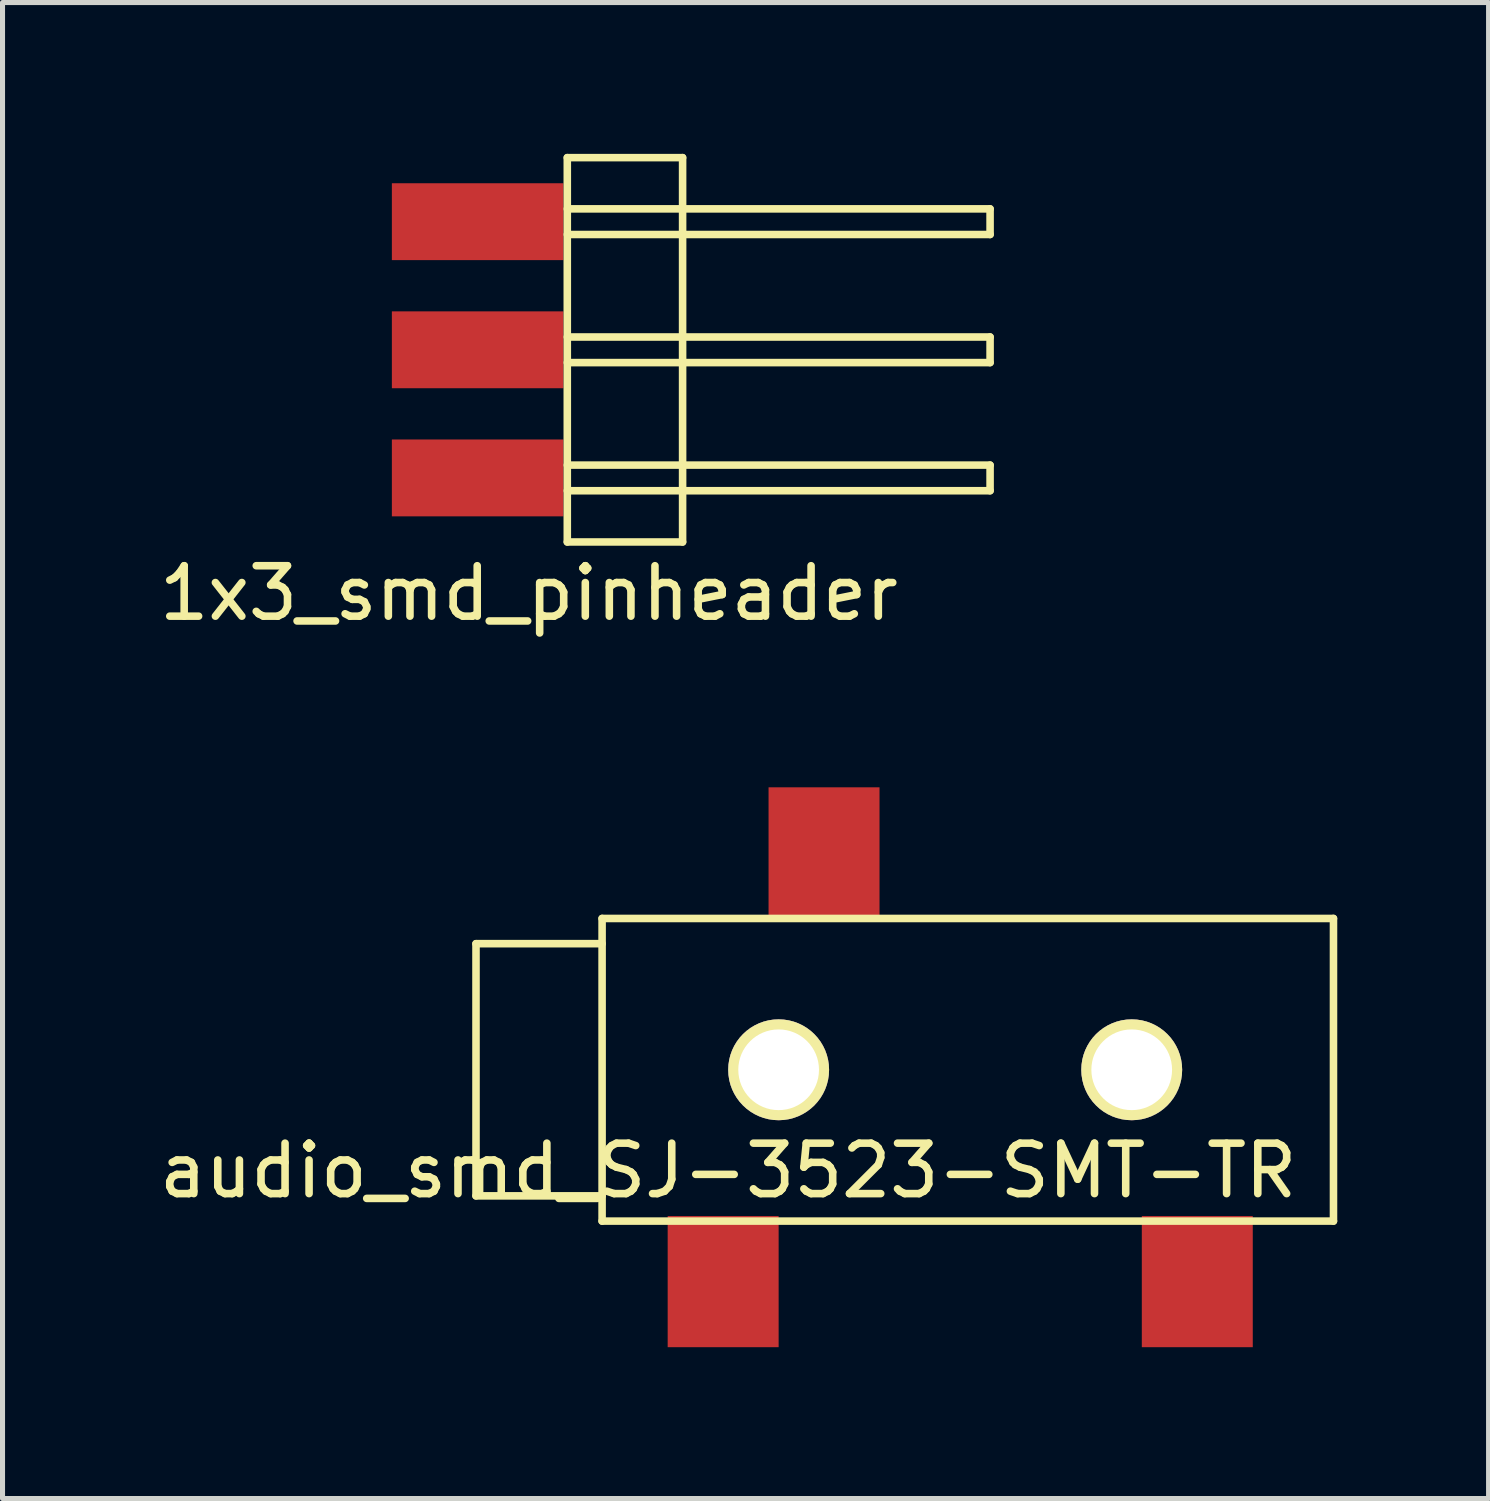
<source format=kicad_pcb>
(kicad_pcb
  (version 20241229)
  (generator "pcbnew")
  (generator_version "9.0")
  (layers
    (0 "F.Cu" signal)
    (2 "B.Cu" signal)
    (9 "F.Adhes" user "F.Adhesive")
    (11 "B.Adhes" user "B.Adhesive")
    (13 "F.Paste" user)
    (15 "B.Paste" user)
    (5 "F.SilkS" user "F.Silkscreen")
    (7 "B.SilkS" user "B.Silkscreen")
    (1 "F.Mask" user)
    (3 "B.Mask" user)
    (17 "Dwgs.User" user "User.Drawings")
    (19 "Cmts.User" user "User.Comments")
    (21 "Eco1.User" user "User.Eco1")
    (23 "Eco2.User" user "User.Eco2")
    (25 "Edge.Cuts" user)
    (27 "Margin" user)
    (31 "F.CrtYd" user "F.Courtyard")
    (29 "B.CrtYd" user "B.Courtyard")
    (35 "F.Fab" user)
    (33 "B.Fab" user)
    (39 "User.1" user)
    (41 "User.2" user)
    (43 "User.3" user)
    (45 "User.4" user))
  (footprint "audio_smd_SJ-3523-SMT-TR"
    (layer "F.Cu")
    (at 8.887 18.159)
    (property "Reference" "audio_smd_SJ-3523-SMT-TR" (at 2.5 2 0) (layer "F.SilkS") (effects (font (size 1 1) (thickness 0.15))))
    (attr through_hole)
    (fp_line (start -2.5 -2.5) (end -2.5 2.5) (stroke (width 0.15) (type solid)) (layer "F.SilkS"))
    (fp_line (start -2.5 2.5) (end 0 2.5) (stroke (width 0.15) (type solid)) (layer "F.SilkS"))
    (fp_line (start 0 -3) (end 0 3) (stroke (width 0.15) (type solid)) (layer "F.SilkS"))
    (fp_line (start 0 -2.5) (end -2.5 -2.5) (stroke (width 0.15) (type solid)) (layer "F.SilkS"))
    (fp_line (start 0 3) (end 14.5 3) (stroke (width 0.15) (type solid)) (layer "F.SilkS"))
    (fp_line (start 14.5 -3) (end 0 -3) (stroke (width 0.15) (type solid)) (layer "F.SilkS"))
    (fp_line (start 14.5 3) (end 14.5 -3) (stroke (width 0.15) (type solid)) (layer "F.SilkS"))
    (pad "" thru_hole circle (at 3.5 0) (size 2 2) (drill 1.6) (layers "*.Cu" "*.Mask" "F.SilkS"))
    (pad "" thru_hole circle (at 10.5 0) (size 2 2) (drill 1.6) (layers "*.Cu" "*.Mask" "F.SilkS"))
    (pad "1" smd rect (at 2.4 4.2) (size 2.2 2.6) (layers "F.Cu" "F.Mask" "F.Paste"))
    (pad "2" smd rect (at 11.8 4.2) (size 2.2 2.6) (layers "F.Cu" "F.Mask" "F.Paste"))
    (pad "3" smd rect (at 4.4 -4.3) (size 2.2 2.6) (layers "F.Cu" "F.Mask" "F.Paste")))
  (footprint "1x3_smd_pinheader"
    (layer "F.Cu")
    (at 8.197 3.885)
    (property "Reference" "1x3_smd_pinheader" (at -0.762 4.826 0) (layer "F.SilkS") (effects (font (size 1 1) (thickness 0.15))))
    (attr through_hole)
    (fp_line (start 0 -3.81) (end 2.286 -3.81) (stroke (width 0.15) (type solid)) (layer "F.SilkS"))
    (fp_line (start 0 -2.794) (end 8.382 -2.794) (stroke (width 0.15) (type solid)) (layer "F.SilkS"))
    (fp_line (start 0 -0.254) (end 8.382 -0.254) (stroke (width 0.15) (type solid)) (layer "F.SilkS"))
    (fp_line (start 0 2.286) (end 8.382 2.286) (stroke (width 0.15) (type solid)) (layer "F.SilkS"))
    (fp_line (start 0 3.81) (end 0 -3.81) (stroke (width 0.15) (type solid)) (layer "F.SilkS"))
    (fp_line (start 2.286 -3.81) (end 2.286 3.81) (stroke (width 0.15) (type solid)) (layer "F.SilkS"))
    (fp_line (start 2.286 3.81) (end 0 3.81) (stroke (width 0.15) (type solid)) (layer "F.SilkS"))
    (fp_line (start 8.382 -2.794) (end 8.382 -2.286) (stroke (width 0.15) (type solid)) (layer "F.SilkS"))
    (fp_line (start 8.382 -2.286) (end 0 -2.286) (stroke (width 0.15) (type solid)) (layer "F.SilkS"))
    (fp_line (start 8.382 -0.254) (end 8.382 0.254) (stroke (width 0.15) (type solid)) (layer "F.SilkS"))
    (fp_line (start 8.382 0.254) (end 0 0.254) (stroke (width 0.15) (type solid)) (layer "F.SilkS"))
    (fp_line (start 8.382 2.286) (end 8.382 2.794) (stroke (width 0.15) (type solid)) (layer "F.SilkS"))
    (fp_line (start 8.382 2.794) (end 0 2.794) (stroke (width 0.15) (type solid)) (layer "F.SilkS"))
    (pad "1" smd rect (at -1.778 -2.54) (size 3.4 1.524) (layers "F.Cu" "F.Mask" "F.Paste"))
    (pad "2" smd rect (at -1.778 0) (size 3.4 1.524) (layers "F.Cu" "F.Mask" "F.Paste"))
    (pad "3" smd rect (at -1.778 2.54) (size 3.4 1.524) (layers "F.Cu" "F.Mask" "F.Paste")))
  (gr_rect
    (start -3 -3)
    (end 26.462 26.659)
    (stroke (width 0.1) (type default))
    (fill no)
    (layer "Edge.Cuts")))
</source>
